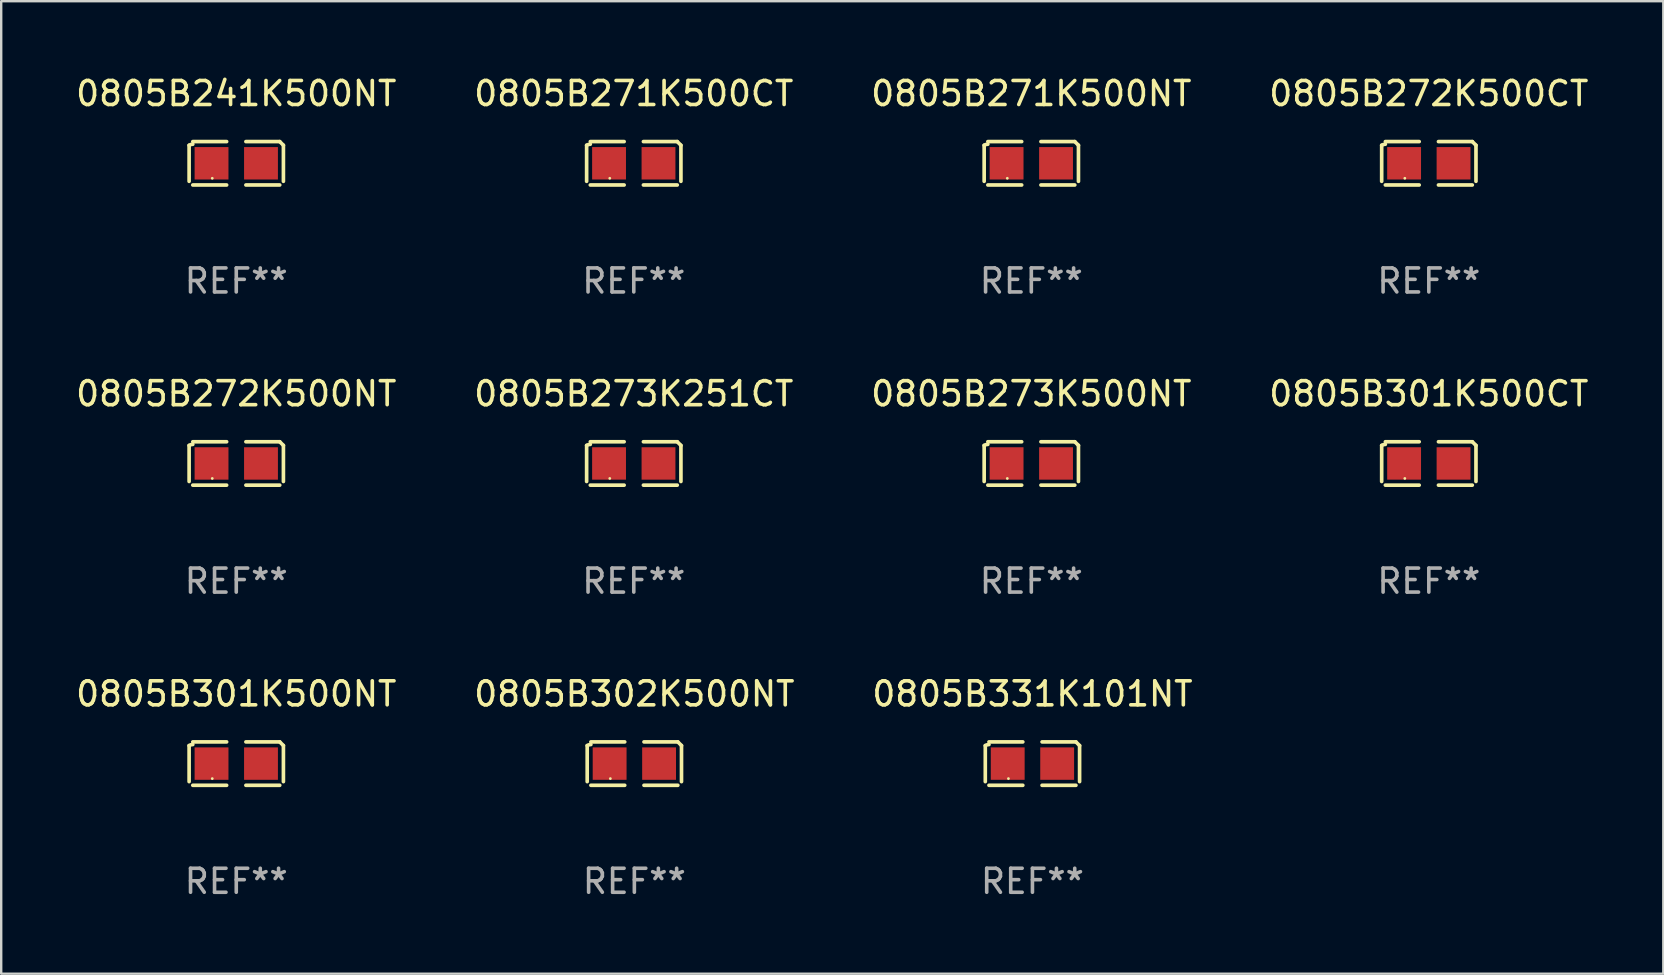
<source format=kicad_pcb>
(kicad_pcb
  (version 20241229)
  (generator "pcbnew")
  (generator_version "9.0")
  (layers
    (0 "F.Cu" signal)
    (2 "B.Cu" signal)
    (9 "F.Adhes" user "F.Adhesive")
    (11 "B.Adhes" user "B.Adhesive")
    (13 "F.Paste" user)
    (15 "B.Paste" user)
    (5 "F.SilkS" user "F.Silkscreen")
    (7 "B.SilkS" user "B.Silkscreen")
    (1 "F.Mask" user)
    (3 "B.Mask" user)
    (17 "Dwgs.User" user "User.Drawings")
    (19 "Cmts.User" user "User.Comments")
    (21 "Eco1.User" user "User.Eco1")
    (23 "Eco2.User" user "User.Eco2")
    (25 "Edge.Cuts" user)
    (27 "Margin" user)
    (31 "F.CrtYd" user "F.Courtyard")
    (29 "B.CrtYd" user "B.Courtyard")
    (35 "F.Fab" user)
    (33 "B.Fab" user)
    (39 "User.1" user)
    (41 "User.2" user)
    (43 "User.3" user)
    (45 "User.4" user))
  (footprint "0805B331K101NT"
    (layer "F.Cu")
    (at 39.958 28.759)
    (property "Reference" "0805B331K101NT" (at 0 -2.904 0) (layer "F.SilkS") (effects (font (size 1 1) (thickness 0.15))))
    (attr through_hole)
    (fp_line (start -1.964 0.751) (end -1.964 -0.751) (stroke (width 0.152) (type solid)) (layer "F.SilkS"))
    (fp_line (start -1.811 -0.904) (end -0.401 -0.904) (stroke (width 0.152) (type solid)) (layer "F.SilkS"))
    (fp_line (start -0.401 0.904) (end -1.811 0.904) (stroke (width 0.152) (type solid)) (layer "F.SilkS"))
    (fp_line (start 0.401 0.904) (end 1.811 0.904) (stroke (width 0.152) (type solid)) (layer "F.SilkS"))
    (fp_line (start 1.811 -0.904) (end 0.401 -0.904) (stroke (width 0.152) (type solid)) (layer "F.SilkS"))
    (fp_line (start 1.964 0.751) (end 1.964 -0.751) (stroke (width 0.152) (type solid)) (layer "F.SilkS"))
    (fp_arc (start -1.963602 -0.751207) (mid -1.890354 -0.783131) (end -1.811201 -0.794044) (stroke (width 0.1524) (type solid)) (layer "F.SilkS"))
    (fp_arc (start 1.811202 -0.903607) (mid 1.887413 -0.827418) (end 1.963602 -0.751207) (stroke (width 0.1524) (type solid)) (layer "F.SilkS"))
    (fp_circle (center -1 0.625) (end -0.97 0.625) (stroke (width 0.06) (type solid)) (fill no) (layer "F.SilkS"))
    (fp_text user "REF**" (at 0 4.904 0) (layer "F.Fab") (effects (font (size 1 1) (thickness 0.15))))
    (pad "1" smd rect (at -1.03 0) (size 1.41 1.35) (layers "F.Cu" "F.Mask" "F.Paste"))
    (pad "2" smd rect (at 1.03 0) (size 1.41 1.35) (layers "F.Cu" "F.Mask" "F.Paste")))
  (footprint "0805B302K500NT"
    (layer "F.Cu")
    (at 23.375 28.759)
    (property "Reference" "0805B302K500NT" (at 0 -2.904 0) (layer "F.SilkS") (effects (font (size 1 1) (thickness 0.15))))
    (attr through_hole)
    (fp_line (start -1.964 0.751) (end -1.964 -0.751) (stroke (width 0.152) (type solid)) (layer "F.SilkS"))
    (fp_line (start -1.811 -0.904) (end -0.401 -0.904) (stroke (width 0.152) (type solid)) (layer "F.SilkS"))
    (fp_line (start -0.401 0.904) (end -1.811 0.904) (stroke (width 0.152) (type solid)) (layer "F.SilkS"))
    (fp_line (start 0.401 0.904) (end 1.811 0.904) (stroke (width 0.152) (type solid)) (layer "F.SilkS"))
    (fp_line (start 1.811 -0.904) (end 0.401 -0.904) (stroke (width 0.152) (type solid)) (layer "F.SilkS"))
    (fp_line (start 1.964 0.751) (end 1.964 -0.751) (stroke (width 0.152) (type solid)) (layer "F.SilkS"))
    (fp_arc (start -1.963602 -0.751207) (mid -1.890354 -0.783131) (end -1.811201 -0.794044) (stroke (width 0.1524) (type solid)) (layer "F.SilkS"))
    (fp_arc (start 1.811202 -0.903607) (mid 1.887413 -0.827418) (end 1.963602 -0.751207) (stroke (width 0.1524) (type solid)) (layer "F.SilkS"))
    (fp_circle (center -1 0.625) (end -0.97 0.625) (stroke (width 0.06) (type solid)) (fill no) (layer "F.SilkS"))
    (fp_text user "REF**" (at 0 4.904 0) (layer "F.Fab") (effects (font (size 1 1) (thickness 0.15))))
    (pad "1" smd rect (at -1.03 0) (size 1.41 1.35) (layers "F.Cu" "F.Mask" "F.Paste"))
    (pad "2" smd rect (at 1.03 0) (size 1.41 1.35) (layers "F.Cu" "F.Mask" "F.Paste")))
  (footprint "0805B301K500NT"
    (layer "F.Cu")
    (at 6.792 28.759)
    (property "Reference" "0805B301K500NT" (at 0 -2.904 0) (layer "F.SilkS") (effects (font (size 1 1) (thickness 0.15))))
    (attr through_hole)
    (fp_line (start -1.964 0.751) (end -1.964 -0.751) (stroke (width 0.152) (type solid)) (layer "F.SilkS"))
    (fp_line (start -1.811 -0.904) (end -0.401 -0.904) (stroke (width 0.152) (type solid)) (layer "F.SilkS"))
    (fp_line (start -0.401 0.904) (end -1.811 0.904) (stroke (width 0.152) (type solid)) (layer "F.SilkS"))
    (fp_line (start 0.401 0.904) (end 1.811 0.904) (stroke (width 0.152) (type solid)) (layer "F.SilkS"))
    (fp_line (start 1.811 -0.904) (end 0.401 -0.904) (stroke (width 0.152) (type solid)) (layer "F.SilkS"))
    (fp_line (start 1.964 0.751) (end 1.964 -0.751) (stroke (width 0.152) (type solid)) (layer "F.SilkS"))
    (fp_arc (start -1.963602 -0.751207) (mid -1.890354 -0.783131) (end -1.811201 -0.794044) (stroke (width 0.1524) (type solid)) (layer "F.SilkS"))
    (fp_arc (start 1.811202 -0.903607) (mid 1.887413 -0.827418) (end 1.963602 -0.751207) (stroke (width 0.1524) (type solid)) (layer "F.SilkS"))
    (fp_circle (center -1 0.625) (end -0.97 0.625) (stroke (width 0.06) (type solid)) (fill no) (layer "F.SilkS"))
    (fp_text user "REF**" (at 0 4.904 0) (layer "F.Fab") (effects (font (size 1 1) (thickness 0.15))))
    (pad "1" smd rect (at -1.03 0) (size 1.41 1.35) (layers "F.Cu" "F.Mask" "F.Paste"))
    (pad "2" smd rect (at 1.03 0) (size 1.41 1.35) (layers "F.Cu" "F.Mask" "F.Paste")))
  (footprint "0805B301K500CT"
    (layer "F.Cu")
    (at 56.47 16.256)
    (property "Reference" "0805B301K500CT" (at 0 -2.904 0) (layer "F.SilkS") (effects (font (size 1 1) (thickness 0.15))))
    (attr through_hole)
    (fp_line (start -1.964 0.751) (end -1.964 -0.751) (stroke (width 0.152) (type solid)) (layer "F.SilkS"))
    (fp_line (start -1.811 -0.904) (end -0.401 -0.904) (stroke (width 0.152) (type solid)) (layer "F.SilkS"))
    (fp_line (start -0.401 0.904) (end -1.811 0.904) (stroke (width 0.152) (type solid)) (layer "F.SilkS"))
    (fp_line (start 0.401 0.904) (end 1.811 0.904) (stroke (width 0.152) (type solid)) (layer "F.SilkS"))
    (fp_line (start 1.811 -0.904) (end 0.401 -0.904) (stroke (width 0.152) (type solid)) (layer "F.SilkS"))
    (fp_line (start 1.964 0.751) (end 1.964 -0.751) (stroke (width 0.152) (type solid)) (layer "F.SilkS"))
    (fp_arc (start -1.963602 -0.751207) (mid -1.890354 -0.783131) (end -1.811201 -0.794044) (stroke (width 0.1524) (type solid)) (layer "F.SilkS"))
    (fp_arc (start 1.811202 -0.903607) (mid 1.887413 -0.827418) (end 1.963602 -0.751207) (stroke (width 0.1524) (type solid)) (layer "F.SilkS"))
    (fp_circle (center -1 0.625) (end -0.97 0.625) (stroke (width 0.06) (type solid)) (fill no) (layer "F.SilkS"))
    (fp_text user "REF**" (at 0 4.904 0) (layer "F.Fab") (effects (font (size 1 1) (thickness 0.15))))
    (pad "1" smd rect (at -1.03 0) (size 1.41 1.35) (layers "F.Cu" "F.Mask" "F.Paste"))
    (pad "2" smd rect (at 1.03 0) (size 1.41 1.35) (layers "F.Cu" "F.Mask" "F.Paste")))
  (footprint "0805B271K500CT"
    (layer "F.Cu")
    (at 23.351 3.752)
    (property "Reference" "0805B271K500CT" (at 0 -2.904 0) (layer "F.SilkS") (effects (font (size 1 1) (thickness 0.15))))
    (attr through_hole)
    (fp_line (start -1.964 0.751) (end -1.964 -0.751) (stroke (width 0.152) (type solid)) (layer "F.SilkS"))
    (fp_line (start -1.811 -0.904) (end -0.401 -0.904) (stroke (width 0.152) (type solid)) (layer "F.SilkS"))
    (fp_line (start -0.401 0.904) (end -1.811 0.904) (stroke (width 0.152) (type solid)) (layer "F.SilkS"))
    (fp_line (start 0.401 0.904) (end 1.811 0.904) (stroke (width 0.152) (type solid)) (layer "F.SilkS"))
    (fp_line (start 1.811 -0.904) (end 0.401 -0.904) (stroke (width 0.152) (type solid)) (layer "F.SilkS"))
    (fp_line (start 1.964 0.751) (end 1.964 -0.751) (stroke (width 0.152) (type solid)) (layer "F.SilkS"))
    (fp_arc (start -1.963602 -0.751207) (mid -1.890354 -0.783131) (end -1.811201 -0.794044) (stroke (width 0.1524) (type solid)) (layer "F.SilkS"))
    (fp_arc (start 1.811202 -0.903607) (mid 1.887413 -0.827418) (end 1.963602 -0.751207) (stroke (width 0.1524) (type solid)) (layer "F.SilkS"))
    (fp_circle (center -1 0.625) (end -0.97 0.625) (stroke (width 0.06) (type solid)) (fill no) (layer "F.SilkS"))
    (fp_text user "REF**" (at 0 4.904 0) (layer "F.Fab") (effects (font (size 1 1) (thickness 0.15))))
    (pad "1" smd rect (at -1.03 0) (size 1.41 1.35) (layers "F.Cu" "F.Mask" "F.Paste"))
    (pad "2" smd rect (at 1.03 0) (size 1.41 1.35) (layers "F.Cu" "F.Mask" "F.Paste")))
  (footprint "0805B273K251CT"
    (layer "F.Cu")
    (at 23.351 16.256)
    (property "Reference" "0805B273K251CT" (at 0 -2.904 0) (layer "F.SilkS") (effects (font (size 1 1) (thickness 0.15))))
    (attr through_hole)
    (fp_line (start -1.964 0.751) (end -1.964 -0.751) (stroke (width 0.152) (type solid)) (layer "F.SilkS"))
    (fp_line (start -1.811 -0.904) (end -0.401 -0.904) (stroke (width 0.152) (type solid)) (layer "F.SilkS"))
    (fp_line (start -0.401 0.904) (end -1.811 0.904) (stroke (width 0.152) (type solid)) (layer "F.SilkS"))
    (fp_line (start 0.401 0.904) (end 1.811 0.904) (stroke (width 0.152) (type solid)) (layer "F.SilkS"))
    (fp_line (start 1.811 -0.904) (end 0.401 -0.904) (stroke (width 0.152) (type solid)) (layer "F.SilkS"))
    (fp_line (start 1.964 0.751) (end 1.964 -0.751) (stroke (width 0.152) (type solid)) (layer "F.SilkS"))
    (fp_arc (start -1.963602 -0.751207) (mid -1.890354 -0.783131) (end -1.811201 -0.794044) (stroke (width 0.1524) (type solid)) (layer "F.SilkS"))
    (fp_arc (start 1.811202 -0.903607) (mid 1.887413 -0.827418) (end 1.963602 -0.751207) (stroke (width 0.1524) (type solid)) (layer "F.SilkS"))
    (fp_circle (center -1 0.625) (end -0.97 0.625) (stroke (width 0.06) (type solid)) (fill no) (layer "F.SilkS"))
    (fp_text user "REF**" (at 0 4.904 0) (layer "F.Fab") (effects (font (size 1 1) (thickness 0.15))))
    (pad "1" smd rect (at -1.03 0) (size 1.41 1.35) (layers "F.Cu" "F.Mask" "F.Paste"))
    (pad "2" smd rect (at 1.03 0) (size 1.41 1.35) (layers "F.Cu" "F.Mask" "F.Paste")))
  (footprint "0805B271K500NT"
    (layer "F.Cu")
    (at 39.911 3.752)
    (property "Reference" "0805B271K500NT" (at 0 -2.904 0) (layer "F.SilkS") (effects (font (size 1 1) (thickness 0.15))))
    (attr through_hole)
    (fp_line (start -1.964 0.751) (end -1.964 -0.751) (stroke (width 0.152) (type solid)) (layer "F.SilkS"))
    (fp_line (start -1.811 -0.904) (end -0.401 -0.904) (stroke (width 0.152) (type solid)) (layer "F.SilkS"))
    (fp_line (start -0.401 0.904) (end -1.811 0.904) (stroke (width 0.152) (type solid)) (layer "F.SilkS"))
    (fp_line (start 0.401 0.904) (end 1.811 0.904) (stroke (width 0.152) (type solid)) (layer "F.SilkS"))
    (fp_line (start 1.811 -0.904) (end 0.401 -0.904) (stroke (width 0.152) (type solid)) (layer "F.SilkS"))
    (fp_line (start 1.964 0.751) (end 1.964 -0.751) (stroke (width 0.152) (type solid)) (layer "F.SilkS"))
    (fp_arc (start -1.963602 -0.751207) (mid -1.890354 -0.783131) (end -1.811201 -0.794044) (stroke (width 0.1524) (type solid)) (layer "F.SilkS"))
    (fp_arc (start 1.811202 -0.903607) (mid 1.887413 -0.827418) (end 1.963602 -0.751207) (stroke (width 0.1524) (type solid)) (layer "F.SilkS"))
    (fp_circle (center -1 0.625) (end -0.97 0.625) (stroke (width 0.06) (type solid)) (fill no) (layer "F.SilkS"))
    (fp_text user "REF**" (at 0 4.904 0) (layer "F.Fab") (effects (font (size 1 1) (thickness 0.15))))
    (pad "1" smd rect (at -1.03 0) (size 1.41 1.35) (layers "F.Cu" "F.Mask" "F.Paste"))
    (pad "2" smd rect (at 1.03 0) (size 1.41 1.35) (layers "F.Cu" "F.Mask" "F.Paste")))
  (footprint "0805B273K500NT"
    (layer "F.Cu")
    (at 39.911 16.256)
    (property "Reference" "0805B273K500NT" (at 0 -2.904 0) (layer "F.SilkS") (effects (font (size 1 1) (thickness 0.15))))
    (attr through_hole)
    (fp_line (start -1.964 0.751) (end -1.964 -0.751) (stroke (width 0.152) (type solid)) (layer "F.SilkS"))
    (fp_line (start -1.811 -0.904) (end -0.401 -0.904) (stroke (width 0.152) (type solid)) (layer "F.SilkS"))
    (fp_line (start -0.401 0.904) (end -1.811 0.904) (stroke (width 0.152) (type solid)) (layer "F.SilkS"))
    (fp_line (start 0.401 0.904) (end 1.811 0.904) (stroke (width 0.152) (type solid)) (layer "F.SilkS"))
    (fp_line (start 1.811 -0.904) (end 0.401 -0.904) (stroke (width 0.152) (type solid)) (layer "F.SilkS"))
    (fp_line (start 1.964 0.751) (end 1.964 -0.751) (stroke (width 0.152) (type solid)) (layer "F.SilkS"))
    (fp_arc (start -1.963602 -0.751207) (mid -1.890354 -0.783131) (end -1.811201 -0.794044) (stroke (width 0.1524) (type solid)) (layer "F.SilkS"))
    (fp_arc (start 1.811202 -0.903607) (mid 1.887413 -0.827418) (end 1.963602 -0.751207) (stroke (width 0.1524) (type solid)) (layer "F.SilkS"))
    (fp_circle (center -1 0.625) (end -0.97 0.625) (stroke (width 0.06) (type solid)) (fill no) (layer "F.SilkS"))
    (fp_text user "REF**" (at 0 4.904 0) (layer "F.Fab") (effects (font (size 1 1) (thickness 0.15))))
    (pad "1" smd rect (at -1.03 0) (size 1.41 1.35) (layers "F.Cu" "F.Mask" "F.Paste"))
    (pad "2" smd rect (at 1.03 0) (size 1.41 1.35) (layers "F.Cu" "F.Mask" "F.Paste")))
  (footprint "0805B272K500NT"
    (layer "F.Cu")
    (at 6.792 16.256)
    (property "Reference" "0805B272K500NT" (at 0 -2.904 0) (layer "F.SilkS") (effects (font (size 1 1) (thickness 0.15))))
    (attr through_hole)
    (fp_line (start -1.964 0.751) (end -1.964 -0.751) (stroke (width 0.152) (type solid)) (layer "F.SilkS"))
    (fp_line (start -1.811 -0.904) (end -0.401 -0.904) (stroke (width 0.152) (type solid)) (layer "F.SilkS"))
    (fp_line (start -0.401 0.904) (end -1.811 0.904) (stroke (width 0.152) (type solid)) (layer "F.SilkS"))
    (fp_line (start 0.401 0.904) (end 1.811 0.904) (stroke (width 0.152) (type solid)) (layer "F.SilkS"))
    (fp_line (start 1.811 -0.904) (end 0.401 -0.904) (stroke (width 0.152) (type solid)) (layer "F.SilkS"))
    (fp_line (start 1.964 0.751) (end 1.964 -0.751) (stroke (width 0.152) (type solid)) (layer "F.SilkS"))
    (fp_arc (start -1.963602 -0.751207) (mid -1.890354 -0.783131) (end -1.811201 -0.794044) (stroke (width 0.1524) (type solid)) (layer "F.SilkS"))
    (fp_arc (start 1.811202 -0.903607) (mid 1.887413 -0.827418) (end 1.963602 -0.751207) (stroke (width 0.1524) (type solid)) (layer "F.SilkS"))
    (fp_circle (center -1 0.625) (end -0.97 0.625) (stroke (width 0.06) (type solid)) (fill no) (layer "F.SilkS"))
    (fp_text user "REF**" (at 0 4.904 0) (layer "F.Fab") (effects (font (size 1 1) (thickness 0.15))))
    (pad "1" smd rect (at -1.03 0) (size 1.41 1.35) (layers "F.Cu" "F.Mask" "F.Paste"))
    (pad "2" smd rect (at 1.03 0) (size 1.41 1.35) (layers "F.Cu" "F.Mask" "F.Paste")))
  (footprint "0805B241K500NT"
    (layer "F.Cu")
    (at 6.792 3.752)
    (property "Reference" "0805B241K500NT" (at 0 -2.904 0) (layer "F.SilkS") (effects (font (size 1 1) (thickness 0.15))))
    (attr through_hole)
    (fp_line (start -1.964 0.751) (end -1.964 -0.751) (stroke (width 0.152) (type solid)) (layer "F.SilkS"))
    (fp_line (start -1.811 -0.904) (end -0.401 -0.904) (stroke (width 0.152) (type solid)) (layer "F.SilkS"))
    (fp_line (start -0.401 0.904) (end -1.811 0.904) (stroke (width 0.152) (type solid)) (layer "F.SilkS"))
    (fp_line (start 0.401 0.904) (end 1.811 0.904) (stroke (width 0.152) (type solid)) (layer "F.SilkS"))
    (fp_line (start 1.811 -0.904) (end 0.401 -0.904) (stroke (width 0.152) (type solid)) (layer "F.SilkS"))
    (fp_line (start 1.964 0.751) (end 1.964 -0.751) (stroke (width 0.152) (type solid)) (layer "F.SilkS"))
    (fp_arc (start -1.963602 -0.751207) (mid -1.890354 -0.783131) (end -1.811201 -0.794044) (stroke (width 0.1524) (type solid)) (layer "F.SilkS"))
    (fp_arc (start 1.811202 -0.903607) (mid 1.887413 -0.827418) (end 1.963602 -0.751207) (stroke (width 0.1524) (type solid)) (layer "F.SilkS"))
    (fp_circle (center -1 0.625) (end -0.97 0.625) (stroke (width 0.06) (type solid)) (fill no) (layer "F.SilkS"))
    (fp_text user "REF**" (at 0 4.904 0) (layer "F.Fab") (effects (font (size 1 1) (thickness 0.15))))
    (pad "1" smd rect (at -1.03 0) (size 1.41 1.35) (layers "F.Cu" "F.Mask" "F.Paste"))
    (pad "2" smd rect (at 1.03 0) (size 1.41 1.35) (layers "F.Cu" "F.Mask" "F.Paste")))
  (footprint "0805B272K500CT"
    (layer "F.Cu")
    (at 56.47 3.752)
    (property "Reference" "0805B272K500CT" (at 0 -2.904 0) (layer "F.SilkS") (effects (font (size 1 1) (thickness 0.15))))
    (attr through_hole)
    (fp_line (start -1.964 0.751) (end -1.964 -0.751) (stroke (width 0.152) (type solid)) (layer "F.SilkS"))
    (fp_line (start -1.811 -0.904) (end -0.401 -0.904) (stroke (width 0.152) (type solid)) (layer "F.SilkS"))
    (fp_line (start -0.401 0.904) (end -1.811 0.904) (stroke (width 0.152) (type solid)) (layer "F.SilkS"))
    (fp_line (start 0.401 0.904) (end 1.811 0.904) (stroke (width 0.152) (type solid)) (layer "F.SilkS"))
    (fp_line (start 1.811 -0.904) (end 0.401 -0.904) (stroke (width 0.152) (type solid)) (layer "F.SilkS"))
    (fp_line (start 1.964 0.751) (end 1.964 -0.751) (stroke (width 0.152) (type solid)) (layer "F.SilkS"))
    (fp_arc (start -1.963602 -0.751207) (mid -1.890354 -0.783131) (end -1.811201 -0.794044) (stroke (width 0.1524) (type solid)) (layer "F.SilkS"))
    (fp_arc (start 1.811202 -0.903607) (mid 1.887413 -0.827418) (end 1.963602 -0.751207) (stroke (width 0.1524) (type solid)) (layer "F.SilkS"))
    (fp_circle (center -1 0.625) (end -0.97 0.625) (stroke (width 0.06) (type solid)) (fill no) (layer "F.SilkS"))
    (fp_text user "REF**" (at 0 4.904 0) (layer "F.Fab") (effects (font (size 1 1) (thickness 0.15))))
    (pad "1" smd rect (at -1.03 0) (size 1.41 1.35) (layers "F.Cu" "F.Mask" "F.Paste"))
    (pad "2" smd rect (at 1.03 0) (size 1.41 1.35) (layers "F.Cu" "F.Mask" "F.Paste")))
  (gr_rect
    (start -3 -3)
    (end 66.238 37.511)
    (stroke (width 0.1) (type default))
    (fill no)
    (layer "Edge.Cuts")))
</source>
